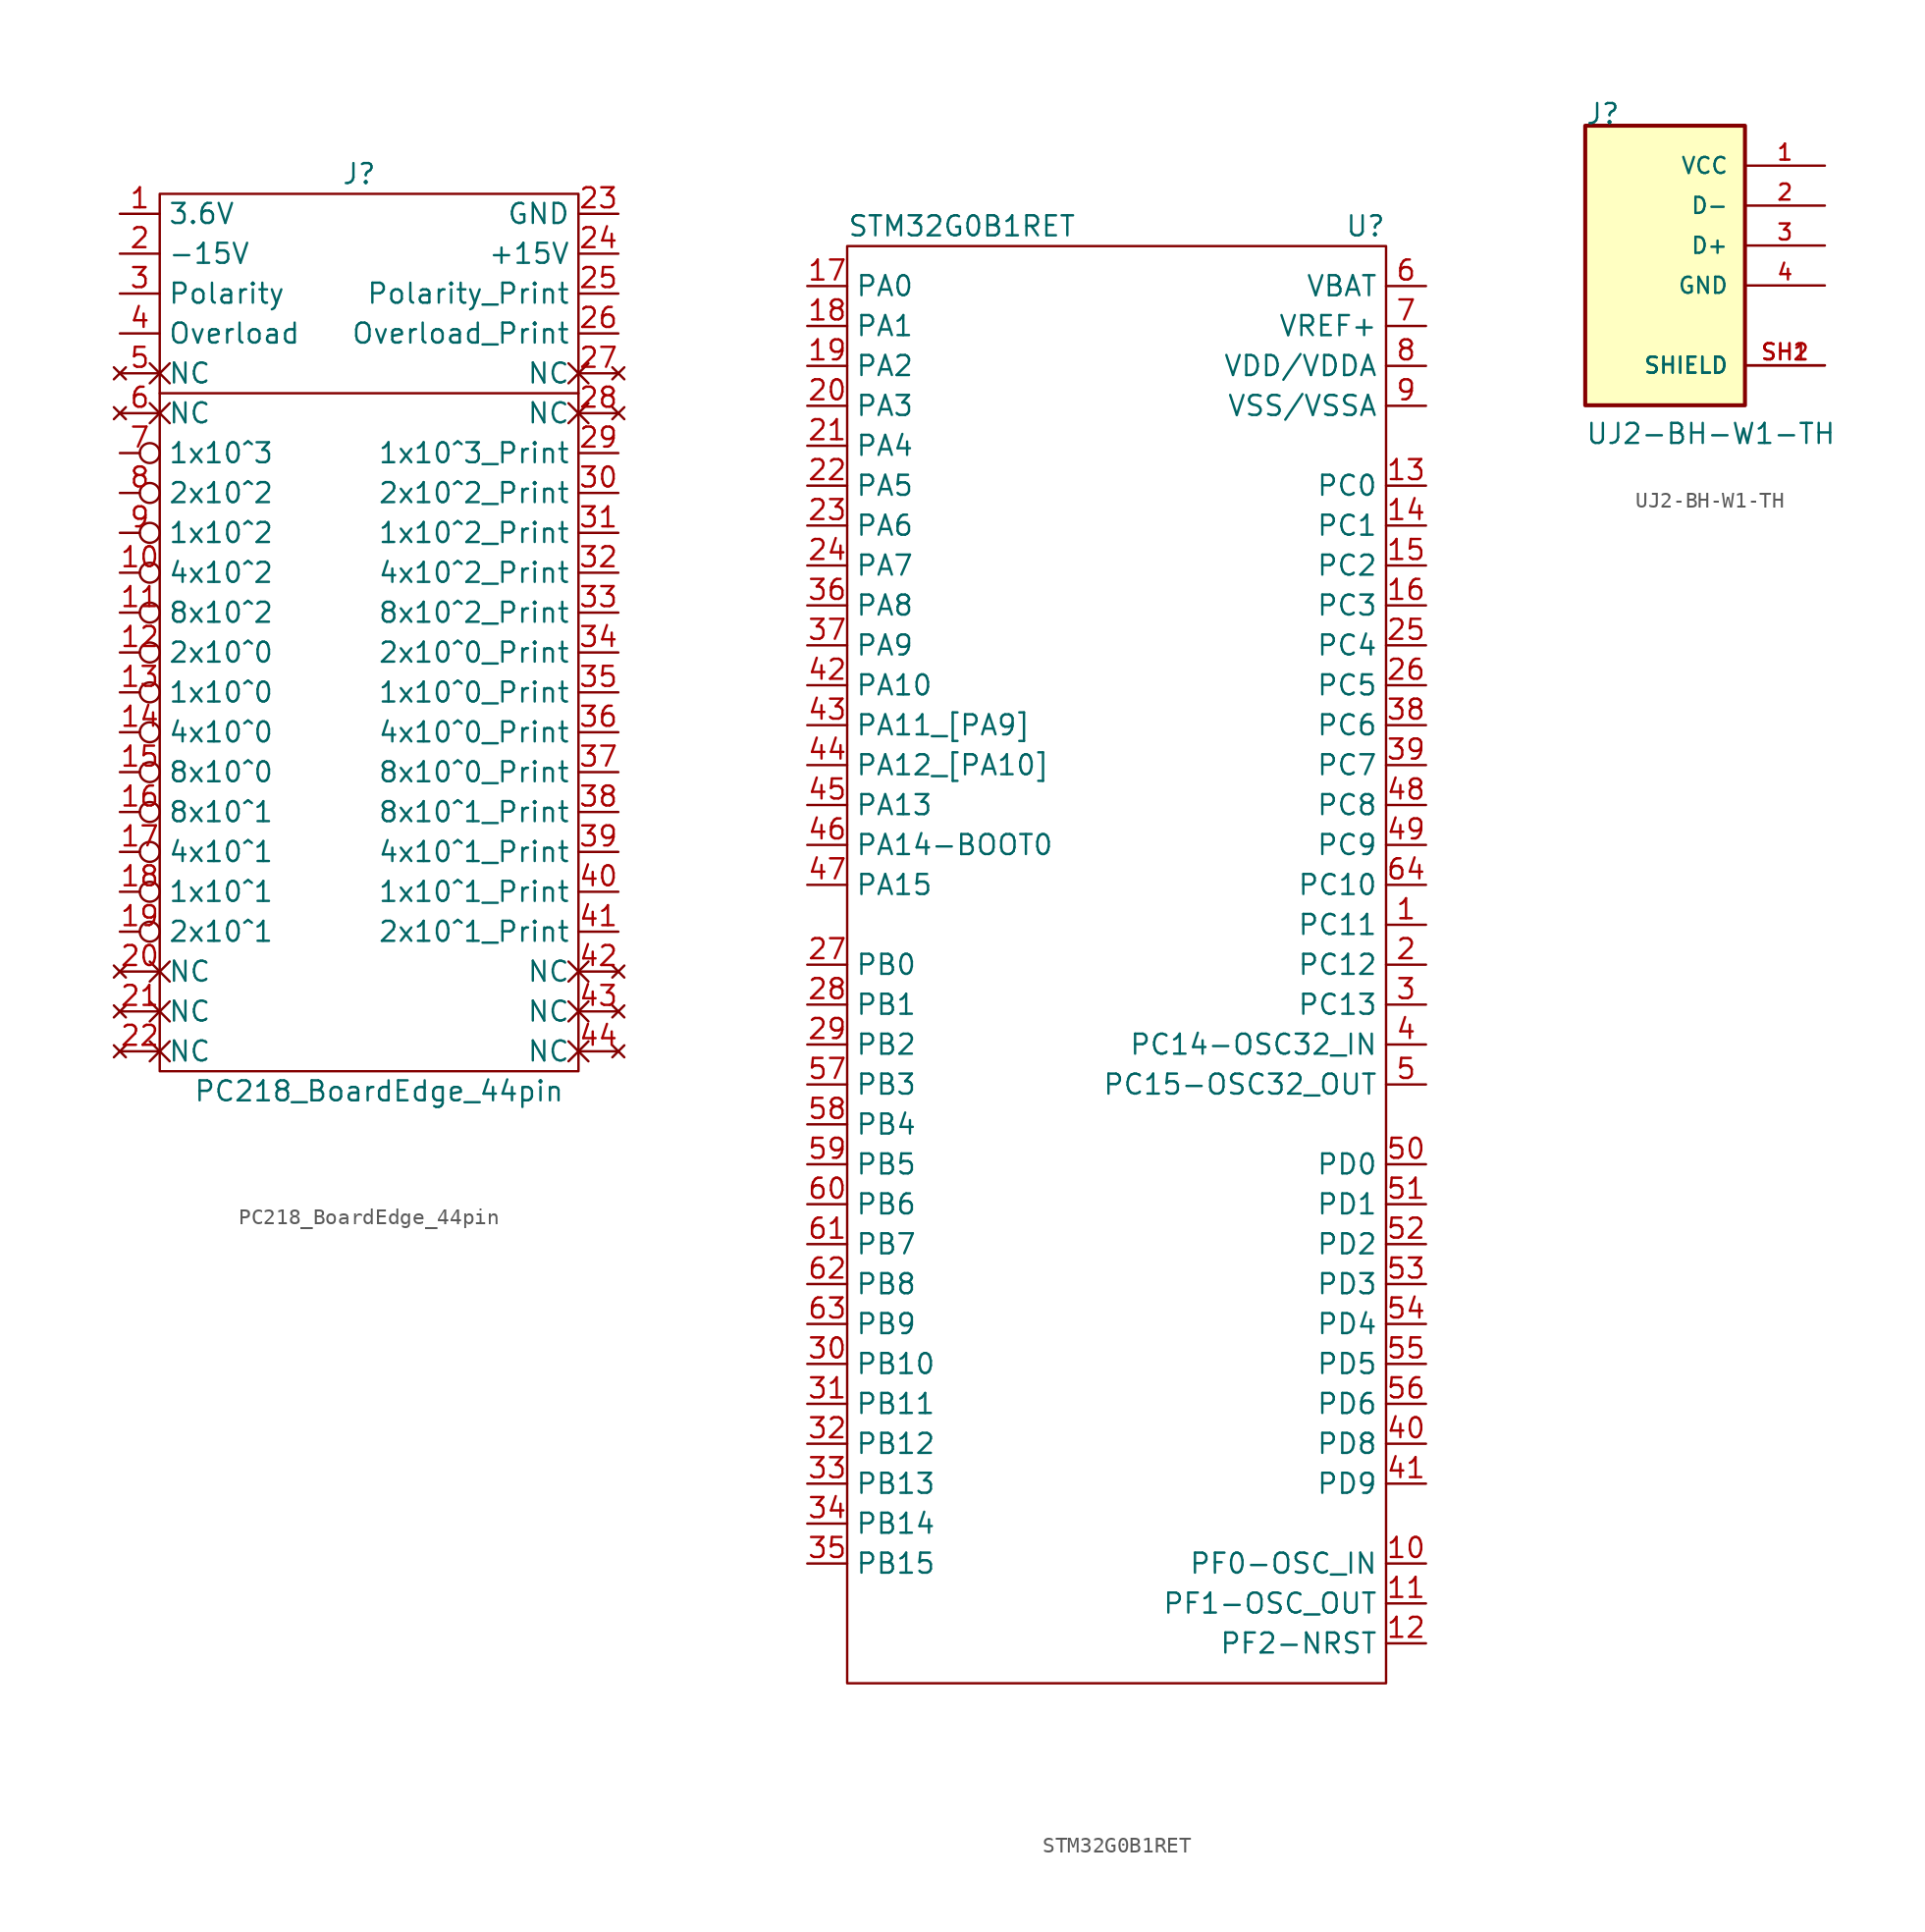
<source format=kicad_sym>
(kicad_symbol_lib
  (version 20211014)
  (generator kicad_symbol_editor)
  (symbol "PC218_BoardEdge_44pin"
    (property "Reference" "J"
      (at -1.27 0 0)
      (effects (font (size 1.27 1.27))))
    (property "Value" "PC218_BoardEdge_44pin"
      (at 0 -58.42 0)
      (effects (font (size 1.27 1.27))))
    (symbol "PC218_BoardEdge_44pin_0_1"
      (rectangle (start -13.97 -1.27) (end 12.7 -57.15) (stroke (width 0) (type default) (color 0 0 0 0)) (fill (type none)))
      (polyline (pts (xy -13.97 -13.97) (xy 12.7 -13.97)) (stroke (width 0) (type default) (color 0 0 0 0)) (fill (type none))))
    (symbol "PC218_BoardEdge_44pin_1_1"
      (pin power_out line (at -16.51 -2.54 0) (length 2.54) (name "3.6V" (effects (font (size 1.27 1.27)))) (number "1" (effects (font (size 1.27 1.27)))))
      (pin output inverted (at -16.51 -25.4 0) (length 2.54) (name "4x10^2" (effects (font (size 1.27 1.27)))) (number "10" (effects (font (size 1.27 1.27)))))
      (pin output inverted (at -16.51 -27.94 0) (length 2.54) (name "8x10^2" (effects (font (size 1.27 1.27)))) (number "11" (effects (font (size 1.27 1.27)))))
      (pin output inverted (at -16.51 -30.48 0) (length 2.54) (name "2x10^0" (effects (font (size 1.27 1.27)))) (number "12" (effects (font (size 1.27 1.27)))))
      (pin output inverted (at -16.51 -33.02 0) (length 2.54) (name "1x10^0" (effects (font (size 1.27 1.27)))) (number "13" (effects (font (size 1.27 1.27)))))
      (pin output inverted (at -16.51 -35.56 0) (length 2.54) (name "4x10^0" (effects (font (size 1.27 1.27)))) (number "14" (effects (font (size 1.27 1.27)))))
      (pin output inverted (at -16.51 -38.1 0) (length 2.54) (name "8x10^0" (effects (font (size 1.27 1.27)))) (number "15" (effects (font (size 1.27 1.27)))))
      (pin output inverted (at -16.51 -40.64 0) (length 2.54) (name "8x10^1" (effects (font (size 1.27 1.27)))) (number "16" (effects (font (size 1.27 1.27)))))
      (pin output inverted (at -16.51 -43.18 0) (length 2.54) (name "4x10^1" (effects (font (size 1.27 1.27)))) (number "17" (effects (font (size 1.27 1.27)))))
      (pin output inverted (at -16.51 -45.72 0) (length 2.54) (name "1x10^1" (effects (font (size 1.27 1.27)))) (number "18" (effects (font (size 1.27 1.27)))))
      (pin output inverted (at -16.51 -48.26 0) (length 2.54) (name "2x10^1" (effects (font (size 1.27 1.27)))) (number "19" (effects (font (size 1.27 1.27)))))
      (pin power_out line (at -16.51 -5.08 0) (length 2.54) (name "-15V" (effects (font (size 1.27 1.27)))) (number "2" (effects (font (size 1.27 1.27)))))
      (pin no_connect non_logic (at -16.51 -50.8 0) (length 2.54) (name "NC" (effects (font (size 1.27 1.27)))) (number "20" (effects (font (size 1.27 1.27)))))
      (pin no_connect non_logic (at -16.51 -53.34 0) (length 2.54) (name "NC" (effects (font (size 1.27 1.27)))) (number "21" (effects (font (size 1.27 1.27)))))
      (pin no_connect non_logic (at -16.51 -55.88 0) (length 2.54) (name "NC" (effects (font (size 1.27 1.27)))) (number "22" (effects (font (size 1.27 1.27)))))
      (pin power_out line (at 15.24 -2.54 180) (length 2.54) (name "GND" (effects (font (size 1.27 1.27)))) (number "23" (effects (font (size 1.27 1.27)))))
      (pin power_out line (at 15.24 -5.08 180) (length 2.54) (name "+15V" (effects (font (size 1.27 1.27)))) (number "24" (effects (font (size 1.27 1.27)))))
      (pin input line (at 15.24 -7.62 180) (length 2.54) (name "Polarity_Print" (effects (font (size 1.27 1.27)))) (number "25" (effects (font (size 1.27 1.27)))))
      (pin input line (at 15.24 -10.16 180) (length 2.54) (name "Overload_Print" (effects (font (size 1.27 1.27)))) (number "26" (effects (font (size 1.27 1.27)))))
      (pin no_connect non_logic (at 15.24 -12.7 180) (length 2.54) (name "NC" (effects (font (size 1.27 1.27)))) (number "27" (effects (font (size 1.27 1.27)))))
      (pin no_connect non_logic (at 15.24 -15.24 180) (length 2.54) (name "NC" (effects (font (size 1.27 1.27)))) (number "28" (effects (font (size 1.27 1.27)))))
      (pin input line (at 15.24 -17.78 180) (length 2.54) (name "1x10^3_Print" (effects (font (size 1.27 1.27)))) (number "29" (effects (font (size 1.27 1.27)))))
      (pin output line (at -16.51 -7.62 0) (length 2.54) (name "Polarity" (effects (font (size 1.27 1.27)))) (number "3" (effects (font (size 1.27 1.27)))))
      (pin input line (at 15.24 -20.32 180) (length 2.54) (name "2x10^2_Print" (effects (font (size 1.27 1.27)))) (number "30" (effects (font (size 1.27 1.27)))))
      (pin input line (at 15.24 -22.86 180) (length 2.54) (name "1x10^2_Print" (effects (font (size 1.27 1.27)))) (number "31" (effects (font (size 1.27 1.27)))))
      (pin input line (at 15.24 -25.4 180) (length 2.54) (name "4x10^2_Print" (effects (font (size 1.27 1.27)))) (number "32" (effects (font (size 1.27 1.27)))))
      (pin input line (at 15.24 -27.94 180) (length 2.54) (name "8x10^2_Print" (effects (font (size 1.27 1.27)))) (number "33" (effects (font (size 1.27 1.27)))))
      (pin input line (at 15.24 -30.48 180) (length 2.54) (name "2x10^0_Print" (effects (font (size 1.27 1.27)))) (number "34" (effects (font (size 1.27 1.27)))))
      (pin input line (at 15.24 -33.02 180) (length 2.54) (name "1x10^0_Print" (effects (font (size 1.27 1.27)))) (number "35" (effects (font (size 1.27 1.27)))))
      (pin input line (at 15.24 -35.56 180) (length 2.54) (name "4x10^0_Print" (effects (font (size 1.27 1.27)))) (number "36" (effects (font (size 1.27 1.27)))))
      (pin input line (at 15.24 -38.1 180) (length 2.54) (name "8x10^0_Print" (effects (font (size 1.27 1.27)))) (number "37" (effects (font (size 1.27 1.27)))))
      (pin input line (at 15.24 -40.64 180) (length 2.54) (name "8x10^1_Print" (effects (font (size 1.27 1.27)))) (number "38" (effects (font (size 1.27 1.27)))))
      (pin input line (at 15.24 -43.18 180) (length 2.54) (name "4x10^1_Print" (effects (font (size 1.27 1.27)))) (number "39" (effects (font (size 1.27 1.27)))))
      (pin output line (at -16.51 -10.16 0) (length 2.54) (name "Overload" (effects (font (size 1.27 1.27)))) (number "4" (effects (font (size 1.27 1.27)))))
      (pin input line (at 15.24 -45.72 180) (length 2.54) (name "1x10^1_Print" (effects (font (size 1.27 1.27)))) (number "40" (effects (font (size 1.27 1.27)))))
      (pin input line (at 15.24 -48.26 180) (length 2.54) (name "2x10^1_Print" (effects (font (size 1.27 1.27)))) (number "41" (effects (font (size 1.27 1.27)))))
      (pin no_connect non_logic (at 15.24 -50.8 180) (length 2.54) (name "NC" (effects (font (size 1.27 1.27)))) (number "42" (effects (font (size 1.27 1.27)))))
      (pin no_connect non_logic (at 15.24 -53.34 180) (length 2.54) (name "NC" (effects (font (size 1.27 1.27)))) (number "43" (effects (font (size 1.27 1.27)))))
      (pin no_connect non_logic (at 15.24 -55.88 180) (length 2.54) (name "NC" (effects (font (size 1.27 1.27)))) (number "44" (effects (font (size 1.27 1.27)))))
      (pin no_connect non_logic (at -16.51 -12.7 0) (length 2.54) (name "NC" (effects (font (size 1.27 1.27)))) (number "5" (effects (font (size 1.27 1.27)))))
      (pin no_connect non_logic (at -16.51 -15.24 0) (length 2.54) (name "NC" (effects (font (size 1.27 1.27)))) (number "6" (effects (font (size 1.27 1.27)))))
      (pin output inverted (at -16.51 -17.78 0) (length 2.54) (name "1x10^3" (effects (font (size 1.27 1.27)))) (number "7" (effects (font (size 1.27 1.27)))))
      (pin output inverted (at -16.51 -20.32 0) (length 2.54) (name "2x10^2" (effects (font (size 1.27 1.27)))) (number "8" (effects (font (size 1.27 1.27)))))
      (pin output inverted (at -16.51 -22.86 0) (length 2.54) (name "1x10^2" (effects (font (size 1.27 1.27)))) (number "9" (effects (font (size 1.27 1.27)))))))
  (symbol "STM32G0B1RET"
    (property "Reference" "U"
      (at 16.51 1.27 0)
      (effects (font (size 1.27 1.27)) (justify right)))
    (property "Value" "STM32G0B1RET"
      (at -17.78 1.27 0)
      (effects (font (size 1.27 1.27)) (justify left)))
    (symbol "STM32G0B1RET_1_1"
      (rectangle (start -17.78 0) (end 16.51 -91.44) (stroke (width 0) (type default) (color 0 0 0 0)) (fill (type none)))
      (pin bidirectional line (at 19.05 -43.18 180) (length 2.54) (name "PC11" (effects (font (size 1.27 1.27)))) (number "1" (effects (font (size 1.27 1.27)))))
      (pin input line (at 19.05 -83.82 180) (length 2.54) (name "PF0-OSC_IN" (effects (font (size 1.27 1.27)))) (number "10" (effects (font (size 1.27 1.27)))))
      (pin output line (at 19.05 -86.36 180) (length 2.54) (name "PF1-OSC_OUT" (effects (font (size 1.27 1.27)))) (number "11" (effects (font (size 1.27 1.27)))))
      (pin input line (at 19.05 -88.9 180) (length 2.54) (name "PF2-NRST" (effects (font (size 1.27 1.27)))) (number "12" (effects (font (size 1.27 1.27)))))
      (pin bidirectional line (at 19.05 -15.24 180) (length 2.54) (name "PC0" (effects (font (size 1.27 1.27)))) (number "13" (effects (font (size 1.27 1.27)))))
      (pin bidirectional line (at 19.05 -17.78 180) (length 2.54) (name "PC1" (effects (font (size 1.27 1.27)))) (number "14" (effects (font (size 1.27 1.27)))))
      (pin bidirectional line (at 19.05 -20.32 180) (length 2.54) (name "PC2" (effects (font (size 1.27 1.27)))) (number "15" (effects (font (size 1.27 1.27)))))
      (pin bidirectional line (at 19.05 -22.86 180) (length 2.54) (name "PC3" (effects (font (size 1.27 1.27)))) (number "16" (effects (font (size 1.27 1.27)))))
      (pin bidirectional line (at -20.32 -2.54 0) (length 2.54) (name "PA0" (effects (font (size 1.27 1.27)))) (number "17" (effects (font (size 1.27 1.27)))))
      (pin bidirectional line (at -20.32 -5.08 0) (length 2.54) (name "PA1" (effects (font (size 1.27 1.27)))) (number "18" (effects (font (size 1.27 1.27)))))
      (pin bidirectional line (at -20.32 -7.62 0) (length 2.54) (name "PA2" (effects (font (size 1.27 1.27)))) (number "19" (effects (font (size 1.27 1.27)))))
      (pin bidirectional line (at 19.05 -45.72 180) (length 2.54) (name "PC12" (effects (font (size 1.27 1.27)))) (number "2" (effects (font (size 1.27 1.27)))))
      (pin bidirectional line (at -20.32 -10.16 0) (length 2.54) (name "PA3" (effects (font (size 1.27 1.27)))) (number "20" (effects (font (size 1.27 1.27)))))
      (pin bidirectional line (at -20.32 -12.7 0) (length 2.54) (name "PA4" (effects (font (size 1.27 1.27)))) (number "21" (effects (font (size 1.27 1.27)))))
      (pin bidirectional line (at -20.32 -15.24 0) (length 2.54) (name "PA5" (effects (font (size 1.27 1.27)))) (number "22" (effects (font (size 1.27 1.27)))))
      (pin bidirectional line (at -20.32 -17.78 0) (length 2.54) (name "PA6" (effects (font (size 1.27 1.27)))) (number "23" (effects (font (size 1.27 1.27)))))
      (pin bidirectional line (at -20.32 -20.32 0) (length 2.54) (name "PA7" (effects (font (size 1.27 1.27)))) (number "24" (effects (font (size 1.27 1.27)))))
      (pin bidirectional line (at 19.05 -25.4 180) (length 2.54) (name "PC4" (effects (font (size 1.27 1.27)))) (number "25" (effects (font (size 1.27 1.27)))))
      (pin bidirectional line (at 19.05 -27.94 180) (length 2.54) (name "PC5" (effects (font (size 1.27 1.27)))) (number "26" (effects (font (size 1.27 1.27)))))
      (pin bidirectional line (at -20.32 -45.72 0) (length 2.54) (name "PB0" (effects (font (size 1.27 1.27)))) (number "27" (effects (font (size 1.27 1.27)))))
      (pin bidirectional line (at -20.32 -48.26 0) (length 2.54) (name "PB1" (effects (font (size 1.27 1.27)))) (number "28" (effects (font (size 1.27 1.27)))))
      (pin bidirectional line (at -20.32 -50.8 0) (length 2.54) (name "PB2" (effects (font (size 1.27 1.27)))) (number "29" (effects (font (size 1.27 1.27)))))
      (pin bidirectional line (at 19.05 -48.26 180) (length 2.54) (name "PC13" (effects (font (size 1.27 1.27)))) (number "3" (effects (font (size 1.27 1.27)))))
      (pin bidirectional line (at -20.32 -71.12 0) (length 2.54) (name "PB10" (effects (font (size 1.27 1.27)))) (number "30" (effects (font (size 1.27 1.27)))))
      (pin bidirectional line (at -20.32 -73.66 0) (length 2.54) (name "PB11" (effects (font (size 1.27 1.27)))) (number "31" (effects (font (size 1.27 1.27)))))
      (pin bidirectional line (at -20.32 -76.2 0) (length 2.54) (name "PB12" (effects (font (size 1.27 1.27)))) (number "32" (effects (font (size 1.27 1.27)))))
      (pin bidirectional line (at -20.32 -78.74 0) (length 2.54) (name "PB13" (effects (font (size 1.27 1.27)))) (number "33" (effects (font (size 1.27 1.27)))))
      (pin bidirectional line (at -20.32 -81.28 0) (length 2.54) (name "PB14" (effects (font (size 1.27 1.27)))) (number "34" (effects (font (size 1.27 1.27)))))
      (pin bidirectional line (at -20.32 -83.82 0) (length 2.54) (name "PB15" (effects (font (size 1.27 1.27)))) (number "35" (effects (font (size 1.27 1.27)))))
      (pin bidirectional line (at -20.32 -22.86 0) (length 2.54) (name "PA8" (effects (font (size 1.27 1.27)))) (number "36" (effects (font (size 1.27 1.27)))))
      (pin bidirectional line (at -20.32 -25.4 0) (length 2.54) (name "PA9" (effects (font (size 1.27 1.27)))) (number "37" (effects (font (size 1.27 1.27)))))
      (pin bidirectional line (at 19.05 -30.48 180) (length 2.54) (name "PC6" (effects (font (size 1.27 1.27)))) (number "38" (effects (font (size 1.27 1.27)))))
      (pin bidirectional line (at 19.05 -33.02 180) (length 2.54) (name "PC7" (effects (font (size 1.27 1.27)))) (number "39" (effects (font (size 1.27 1.27)))))
      (pin input line (at 19.05 -50.8 180) (length 2.54) (name "PC14-OSC32_IN" (effects (font (size 1.27 1.27)))) (number "4" (effects (font (size 1.27 1.27)))))
      (pin bidirectional line (at 19.05 -76.2 180) (length 2.54) (name "PD8" (effects (font (size 1.27 1.27)))) (number "40" (effects (font (size 1.27 1.27)))))
      (pin bidirectional line (at 19.05 -78.74 180) (length 2.54) (name "PD9" (effects (font (size 1.27 1.27)))) (number "41" (effects (font (size 1.27 1.27)))))
      (pin bidirectional line (at -20.32 -27.94 0) (length 2.54) (name "PA10" (effects (font (size 1.27 1.27)))) (number "42" (effects (font (size 1.27 1.27)))))
      (pin bidirectional line (at -20.32 -30.48 0) (length 2.54) (name "PA11_[PA9]" (effects (font (size 1.27 1.27)))) (number "43" (effects (font (size 1.27 1.27)))))
      (pin bidirectional line (at -20.32 -33.02 0) (length 2.54) (name "PA12_[PA10]" (effects (font (size 1.27 1.27)))) (number "44" (effects (font (size 1.27 1.27)))))
      (pin bidirectional line (at -20.32 -35.56 0) (length 2.54) (name "PA13" (effects (font (size 1.27 1.27)))) (number "45" (effects (font (size 1.27 1.27)))))
      (pin bidirectional line (at -20.32 -38.1 0) (length 2.54) (name "PA14-BOOT0" (effects (font (size 1.27 1.27)))) (number "46" (effects (font (size 1.27 1.27)))))
      (pin bidirectional line (at -20.32 -40.64 0) (length 2.54) (name "PA15" (effects (font (size 1.27 1.27)))) (number "47" (effects (font (size 1.27 1.27)))))
      (pin bidirectional line (at 19.05 -35.56 180) (length 2.54) (name "PC8" (effects (font (size 1.27 1.27)))) (number "48" (effects (font (size 1.27 1.27)))))
      (pin bidirectional line (at 19.05 -38.1 180) (length 2.54) (name "PC9" (effects (font (size 1.27 1.27)))) (number "49" (effects (font (size 1.27 1.27)))))
      (pin output line (at 19.05 -53.34 180) (length 2.54) (name "PC15-OSC32_OUT" (effects (font (size 1.27 1.27)))) (number "5" (effects (font (size 1.27 1.27)))))
      (pin bidirectional line (at 19.05 -58.42 180) (length 2.54) (name "PD0" (effects (font (size 1.27 1.27)))) (number "50" (effects (font (size 1.27 1.27)))))
      (pin bidirectional line (at 19.05 -60.96 180) (length 2.54) (name "PD1" (effects (font (size 1.27 1.27)))) (number "51" (effects (font (size 1.27 1.27)))))
      (pin bidirectional line (at 19.05 -63.5 180) (length 2.54) (name "PD2" (effects (font (size 1.27 1.27)))) (number "52" (effects (font (size 1.27 1.27)))))
      (pin bidirectional line (at 19.05 -66.04 180) (length 2.54) (name "PD3" (effects (font (size 1.27 1.27)))) (number "53" (effects (font (size 1.27 1.27)))))
      (pin bidirectional line (at 19.05 -68.58 180) (length 2.54) (name "PD4" (effects (font (size 1.27 1.27)))) (number "54" (effects (font (size 1.27 1.27)))))
      (pin bidirectional line (at 19.05 -71.12 180) (length 2.54) (name "PD5" (effects (font (size 1.27 1.27)))) (number "55" (effects (font (size 1.27 1.27)))))
      (pin bidirectional line (at 19.05 -73.66 180) (length 2.54) (name "PD6" (effects (font (size 1.27 1.27)))) (number "56" (effects (font (size 1.27 1.27)))))
      (pin bidirectional line (at -20.32 -53.34 0) (length 2.54) (name "PB3" (effects (font (size 1.27 1.27)))) (number "57" (effects (font (size 1.27 1.27)))))
      (pin bidirectional line (at -20.32 -55.88 0) (length 2.54) (name "PB4" (effects (font (size 1.27 1.27)))) (number "58" (effects (font (size 1.27 1.27)))))
      (pin bidirectional line (at -20.32 -58.42 0) (length 2.54) (name "PB5" (effects (font (size 1.27 1.27)))) (number "59" (effects (font (size 1.27 1.27)))))
      (pin power_in line (at 19.05 -2.54 180) (length 2.54) (name "VBAT" (effects (font (size 1.27 1.27)))) (number "6" (effects (font (size 1.27 1.27)))))
      (pin bidirectional line (at -20.32 -60.96 0) (length 2.54) (name "PB6" (effects (font (size 1.27 1.27)))) (number "60" (effects (font (size 1.27 1.27)))))
      (pin bidirectional line (at -20.32 -63.5 0) (length 2.54) (name "PB7" (effects (font (size 1.27 1.27)))) (number "61" (effects (font (size 1.27 1.27)))))
      (pin bidirectional line (at -20.32 -66.04 0) (length 2.54) (name "PB8" (effects (font (size 1.27 1.27)))) (number "62" (effects (font (size 1.27 1.27)))))
      (pin bidirectional line (at -20.32 -68.58 0) (length 2.54) (name "PB9" (effects (font (size 1.27 1.27)))) (number "63" (effects (font (size 1.27 1.27)))))
      (pin bidirectional line (at 19.05 -40.64 180) (length 2.54) (name "PC10" (effects (font (size 1.27 1.27)))) (number "64" (effects (font (size 1.27 1.27)))))
      (pin power_in line (at 19.05 -5.08 180) (length 2.54) (name "VREF+" (effects (font (size 1.27 1.27)))) (number "7" (effects (font (size 1.27 1.27)))))
      (pin power_in line (at 19.05 -7.62 180) (length 2.54) (name "VDD/VDDA" (effects (font (size 1.27 1.27)))) (number "8" (effects (font (size 1.27 1.27)))))
      (pin power_in line (at 19.05 -10.16 180) (length 2.54) (name "VSS/VSSA" (effects (font (size 1.27 1.27)))) (number "9" (effects (font (size 1.27 1.27)))))))
  (symbol "UJ2-BH-W1-TH"
    (pin_names
      (offset 1.016))
    (property "Reference" "J"
      (at -5.087 7.63 0)
      (effects (font (size 1.27 1.27)) (justify left bottom)))
    (property "Value" "UJ2-BH-W1-TH"
      (at -5.086 -12.714 0)
      (effects (font (size 1.27 1.27)) (justify left bottom)))
    (symbol "UJ2-BH-W1-TH_0_0"
      (rectangle (start -5.08 -10.16) (end 5.08 7.62) (stroke (width 0.254) (type default) (color 0 0 0 0)) (fill (type background)))
      (pin passive line (at 10.16 5.08 180) (length 5.08) (name "VCC" (effects (font (size 1.016 1.016)))) (number "1" (effects (font (size 1.016 1.016)))))
      (pin passive line (at 10.16 2.54 180) (length 5.08) (name "D-" (effects (font (size 1.016 1.016)))) (number "2" (effects (font (size 1.016 1.016)))))
      (pin passive line (at 10.16 0 180) (length 5.08) (name "D+" (effects (font (size 1.016 1.016)))) (number "3" (effects (font (size 1.016 1.016)))))
      (pin passive line (at 10.16 -2.54 180) (length 5.08) (name "GND" (effects (font (size 1.016 1.016)))) (number "4" (effects (font (size 1.016 1.016)))))
      (pin passive line (at 10.16 -7.62 180) (length 5.08) (name "SHIELD" (effects (font (size 1.016 1.016)))) (number "SH1" (effects (font (size 1.016 1.016)))))
      (pin passive line (at 10.16 -7.62 180) (length 5.08) (name "SHIELD" (effects (font (size 1.016 1.016)))) (number "SH2" (effects (font (size 1.016 1.016))))))))
</source>
